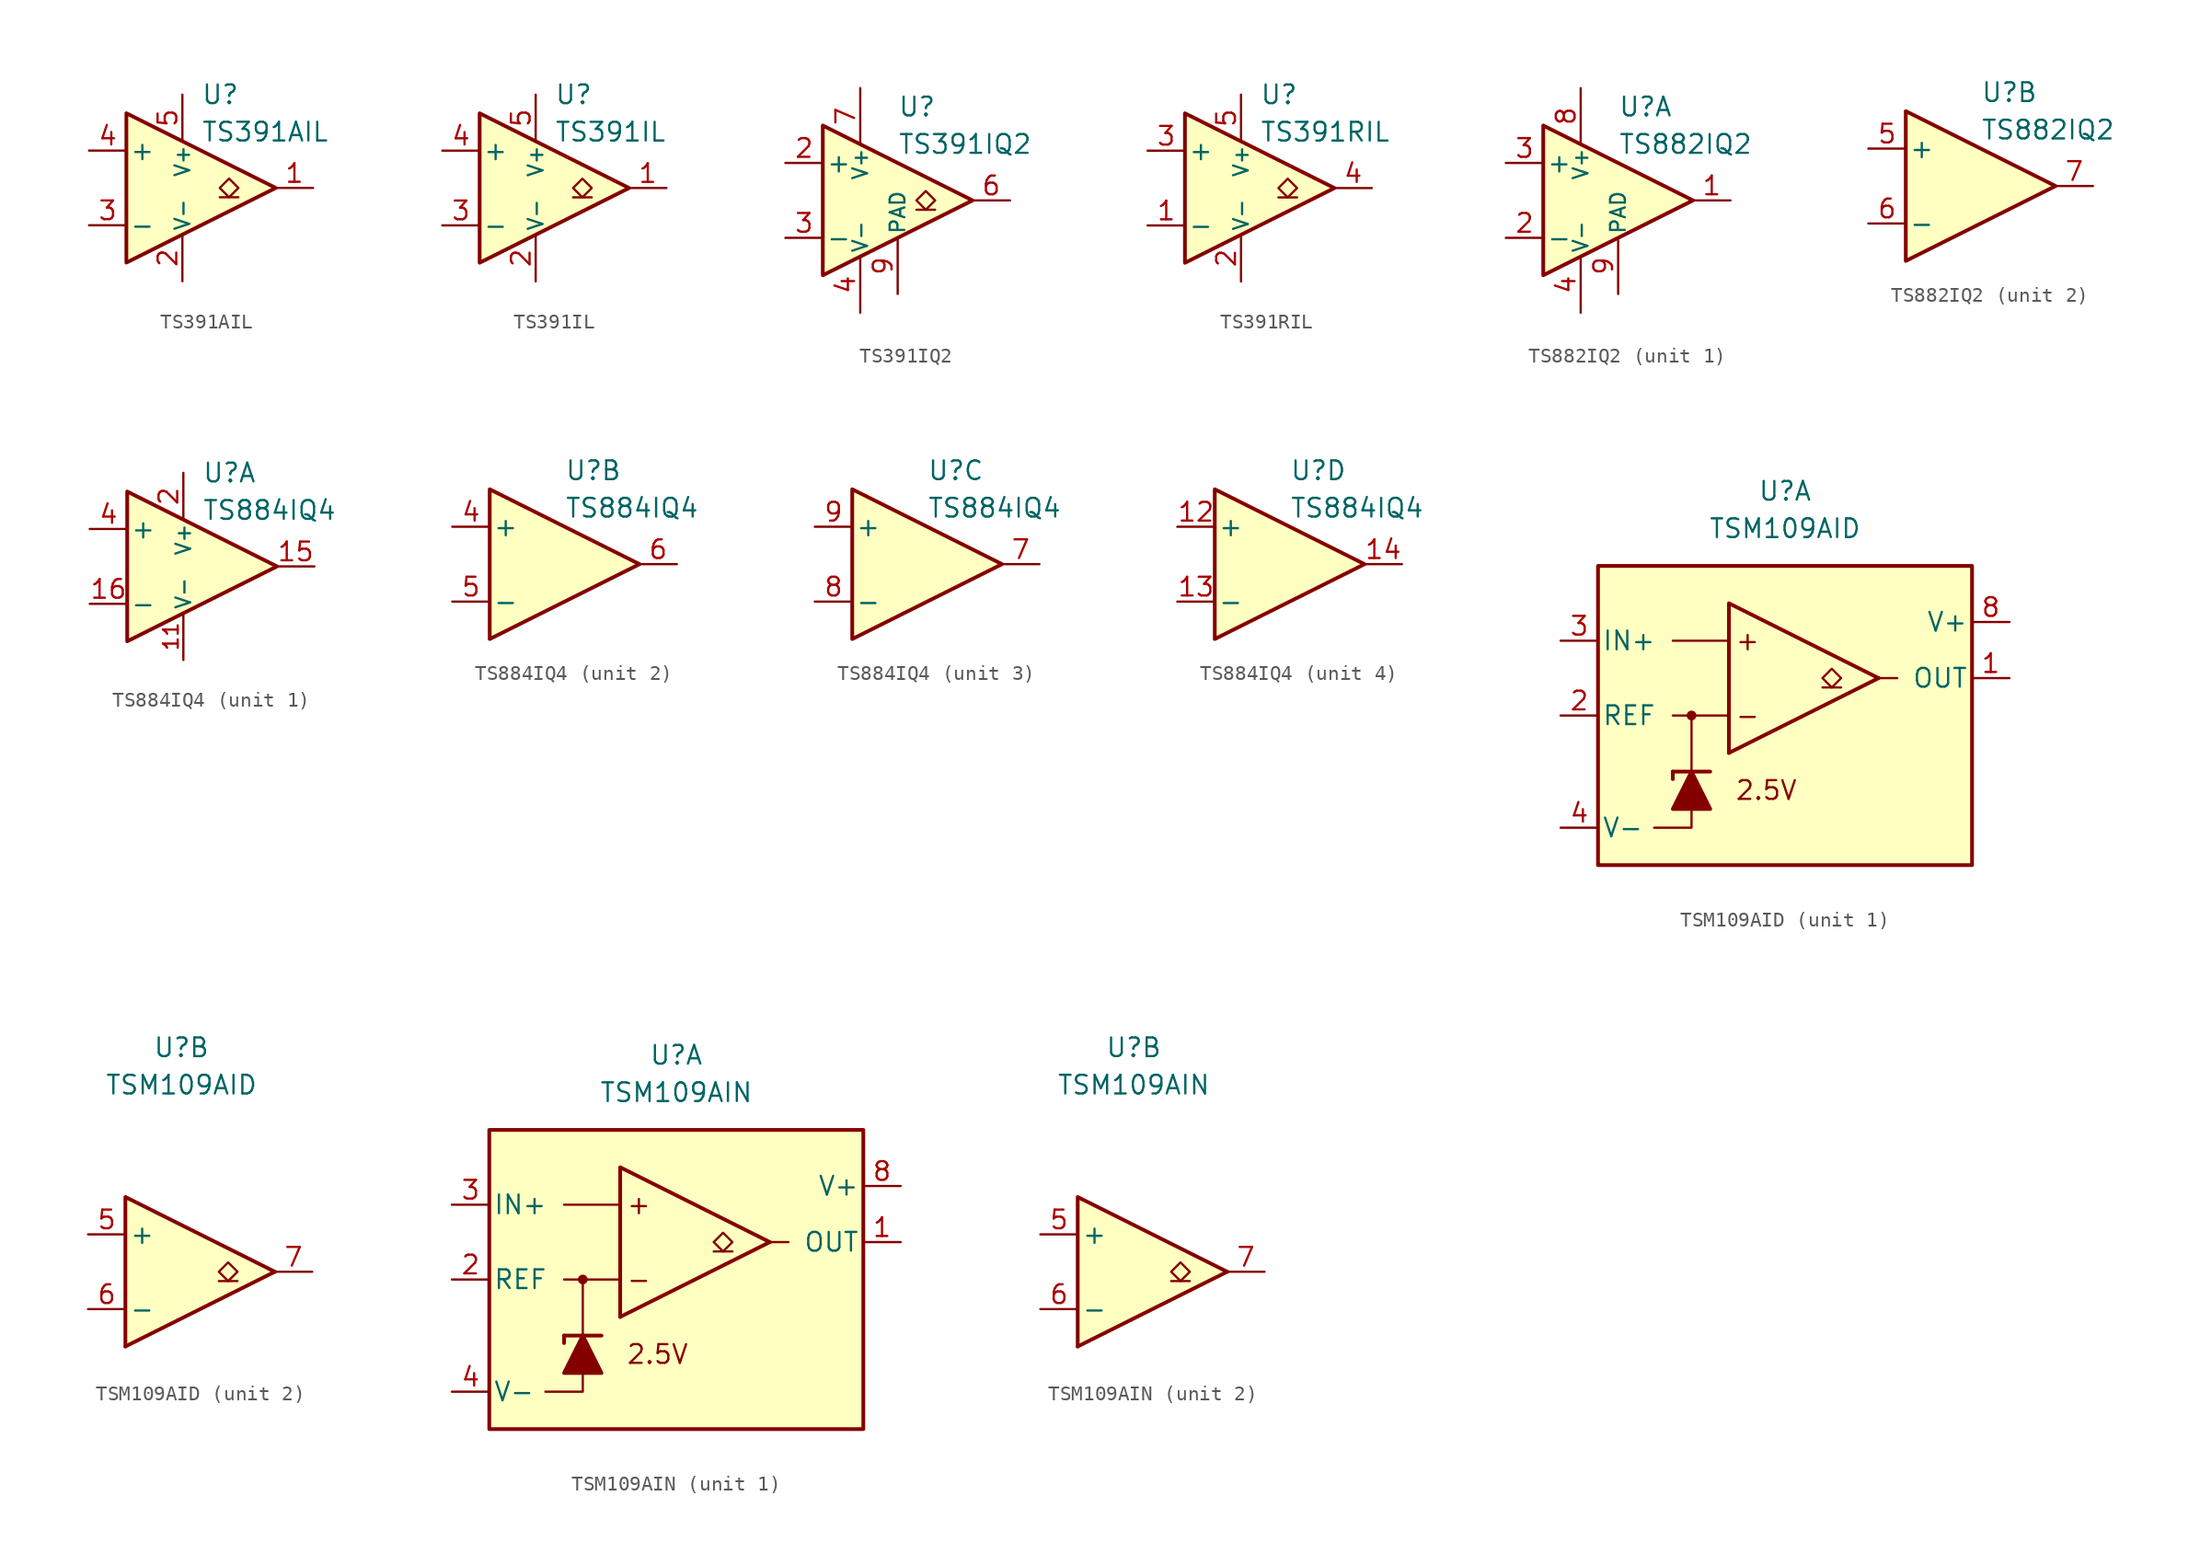
<source format=kicad_sym>
(kicad_symbol_lib
  (version 20231120)
  (generator "kicad_symbol_editor")
  (generator_version "8.0")
  (symbol "TS391AIL"
    (pin_names
      (offset 0.2))
    (property "Reference" "U"
      (at 1.27 6.35 0)
      (effects (font (size 1.27 1.27)) (justify left)))
    (property "Value" "TS391AIL"
      (at 1.27 3.81 0)
      (effects (font (size 1.27 1.27)) (justify left)))
    (symbol "TS391AIL_0_1"
      (polyline (pts (xy -3.81 5.08) (xy -3.81 -5.08) (xy 6.35 0) (xy -3.81 5.08)) (stroke (width 0.254) (type default)) (fill (type background))))
    (symbol "TS391AIL_1_1"
      (polyline (pts (xy 3.81 -0.635) (xy 2.54 -0.635)) (stroke (width 0.152) (type default)) (fill (type none)))
      (polyline (pts (xy 3.175 -0.635) (xy 2.54 0) (xy 3.175 0.635) (xy 3.81 0) (xy 3.175 -0.635)) (stroke (width 0.152) (type default)) (fill (type none)))
      (pin open_collector line (at 8.89 0 180) (length 2.54) (name "~" (effects (font (size 1.27 1.27)))) (number "1" (effects (font (size 1.27 1.27)))))
      (pin power_in line (at 0 -6.35 90) (length 3.18) (name "V-" (effects (font (size 1 1)))) (number "2" (effects (font (size 1.27 1.27)))))
      (pin input line (at -6.35 -2.54 0) (length 2.54) (name "-" (effects (font (size 1.27 1.27)))) (number "3" (effects (font (size 1.27 1.27)))))
      (pin input line (at -6.35 2.54 0) (length 2.54) (name "+" (effects (font (size 1.27 1.27)))) (number "4" (effects (font (size 1.27 1.27)))))
      (pin power_in line (at 0 6.35 270) (length 3.18) (name "V+" (effects (font (size 1 1)))) (number "5" (effects (font (size 1.27 1.27)))))))
  (symbol "TS391IL"
    (pin_names
      (offset 0.2))
    (property "Reference" "U"
      (at 1.27 6.35 0)
      (effects (font (size 1.27 1.27)) (justify left)))
    (property "Value" "TS391IL"
      (at 1.27 3.81 0)
      (effects (font (size 1.27 1.27)) (justify left)))
    (symbol "TS391IL_0_1"
      (polyline (pts (xy -3.81 5.08) (xy -3.81 -5.08) (xy 6.35 0) (xy -3.81 5.08)) (stroke (width 0.254) (type default)) (fill (type background))))
    (symbol "TS391IL_1_1"
      (polyline (pts (xy 3.81 -0.635) (xy 2.54 -0.635)) (stroke (width 0.152) (type default)) (fill (type none)))
      (polyline (pts (xy 3.175 -0.635) (xy 2.54 0) (xy 3.175 0.635) (xy 3.81 0) (xy 3.175 -0.635)) (stroke (width 0.152) (type default)) (fill (type none)))
      (pin open_collector line (at 8.89 0 180) (length 2.54) (name "~" (effects (font (size 1.27 1.27)))) (number "1" (effects (font (size 1.27 1.27)))))
      (pin power_in line (at 0 -6.35 90) (length 3.18) (name "V-" (effects (font (size 1 1)))) (number "2" (effects (font (size 1.27 1.27)))))
      (pin input line (at -6.35 -2.54 0) (length 2.54) (name "-" (effects (font (size 1.27 1.27)))) (number "3" (effects (font (size 1.27 1.27)))))
      (pin input line (at -6.35 2.54 0) (length 2.54) (name "+" (effects (font (size 1.27 1.27)))) (number "4" (effects (font (size 1.27 1.27)))))
      (pin power_in line (at 0 6.35 270) (length 3.18) (name "V+" (effects (font (size 1 1)))) (number "5" (effects (font (size 1.27 1.27)))))))
  (symbol "TS391IQ2"
    (pin_names
      (offset 0.2))
    (property "Reference" "U"
      (at 1.27 6.35 0)
      (effects (font (size 1.27 1.27)) (justify left)))
    (property "Value" "TS391IQ2"
      (at 1.27 3.81 0)
      (effects (font (size 1.27 1.27)) (justify left)))
    (symbol "TS391IQ2_0_1"
      (polyline (pts (xy -3.81 5.08) (xy -3.81 -5.08) (xy 6.35 0) (xy -3.81 5.08)) (stroke (width 0.254) (type default)) (fill (type background))))
    (symbol "TS391IQ2_1_1"
      (polyline (pts (xy 3.81 -0.635) (xy 2.54 -0.635)) (stroke (width 0.152) (type default)) (fill (type none)))
      (polyline (pts (xy 3.175 -0.635) (xy 2.54 0) (xy 3.175 0.635) (xy 3.81 0) (xy 3.175 -0.635)) (stroke (width 0.152) (type default)) (fill (type none)))
      (pin free line (at -2.54 1.27 0) (length 2.54) hide (name "NC" (effects (font (size 1.27 1.27)))) (number "1" (effects (font (size 1.27 1.27)))))
      (pin input line (at -6.35 2.54 0) (length 2.54) (name "+" (effects (font (size 1.27 1.27)))) (number "2" (effects (font (size 1.27 1.27)))))
      (pin input line (at -6.35 -2.54 0) (length 2.54) (name "-" (effects (font (size 1.27 1.27)))) (number "3" (effects (font (size 1.27 1.27)))))
      (pin power_in line (at -1.27 -7.62 90) (length 3.81) (name "V-" (effects (font (size 1 1)))) (number "4" (effects (font (size 1.27 1.27)))))
      (pin free line (at -2.54 -1.27 0) (length 2.54) hide (name "NC" (effects (font (size 1.27 1.27)))) (number "5" (effects (font (size 1.27 1.27)))))
      (pin open_collector line (at 8.89 0 180) (length 2.54) (name "~" (effects (font (size 1.27 1.27)))) (number "6" (effects (font (size 1.27 1.27)))))
      (pin power_in line (at -1.27 7.62 270) (length 3.81) (name "V+" (effects (font (size 1 1)))) (number "7" (effects (font (size 1.27 1.27)))))
      (pin free line (at -2.54 0 0) (length 2.54) hide (name "NC" (effects (font (size 1.27 1.27)))) (number "8" (effects (font (size 1.27 1.27)))))
      (pin power_in line (at 1.27 -6.35 90) (length 3.81) (name "PAD" (effects (font (size 1 1)))) (number "9" (effects (font (size 1.27 1.27)))))))
  (symbol "TS391RIL"
    (pin_names
      (offset 0.2))
    (property "Reference" "U"
      (at 1.27 6.35 0)
      (effects (font (size 1.27 1.27)) (justify left)))
    (property "Value" "TS391RIL"
      (at 1.27 3.81 0)
      (effects (font (size 1.27 1.27)) (justify left)))
    (symbol "TS391RIL_0_1"
      (polyline (pts (xy -3.81 5.08) (xy -3.81 -5.08) (xy 6.35 0) (xy -3.81 5.08)) (stroke (width 0.254) (type default)) (fill (type background))))
    (symbol "TS391RIL_1_1"
      (polyline (pts (xy 3.81 -0.635) (xy 2.54 -0.635)) (stroke (width 0.152) (type default)) (fill (type none)))
      (polyline (pts (xy 3.175 -0.635) (xy 2.54 0) (xy 3.175 0.635) (xy 3.81 0) (xy 3.175 -0.635)) (stroke (width 0.152) (type default)) (fill (type none)))
      (pin input line (at -6.35 -2.54 0) (length 2.54) (name "-" (effects (font (size 1.27 1.27)))) (number "1" (effects (font (size 1.27 1.27)))))
      (pin power_in line (at 0 -6.35 90) (length 3.18) (name "V-" (effects (font (size 1 1)))) (number "2" (effects (font (size 1.27 1.27)))))
      (pin input line (at -6.35 2.54 0) (length 2.54) (name "+" (effects (font (size 1.27 1.27)))) (number "3" (effects (font (size 1.27 1.27)))))
      (pin open_collector line (at 8.89 0 180) (length 2.54) (name "~" (effects (font (size 1.27 1.27)))) (number "4" (effects (font (size 1.27 1.27)))))
      (pin power_in line (at 0 6.35 270) (length 3.18) (name "V+" (effects (font (size 1 1)))) (number "5" (effects (font (size 1.27 1.27)))))))
  (symbol "TS882IQ2"
    (pin_names
      (offset 0.2))
    (property "Reference" "U"
      (at 1.27 6.35 0)
      (effects (font (size 1.27 1.27)) (justify left)))
    (property "Value" "TS882IQ2"
      (at 1.27 3.81 0)
      (effects (font (size 1.27 1.27)) (justify left)))
    (property "ki_locked" ""
      (at 0 0 0)
      (effects (font (size 1.27 1.27))))
    (symbol "TS882IQ2_0_1"
      (polyline (pts (xy -3.81 5.08) (xy -3.81 -5.08) (xy 6.35 0) (xy -3.81 5.08)) (stroke (width 0.254) (type default)) (fill (type background))))
    (symbol "TS882IQ2_1_1"
      (pin output line (at 8.89 0 180) (length 2.54) (name "~" (effects (font (size 1.27 1.27)))) (number "1" (effects (font (size 1.27 1.27)))))
      (pin input line (at -6.35 -2.54 0) (length 2.54) (name "-" (effects (font (size 1.27 1.27)))) (number "2" (effects (font (size 1.27 1.27)))))
      (pin input line (at -6.35 2.54 0) (length 2.54) (name "+" (effects (font (size 1.27 1.27)))) (number "3" (effects (font (size 1.27 1.27)))))
      (pin power_in line (at -1.27 -7.62 90) (length 3.81) (name "V-" (effects (font (size 1 1)))) (number "4" (effects (font (size 1.27 1.27)))))
      (pin power_in line (at -1.27 7.62 270) (length 3.81) (name "V+" (effects (font (size 1 1)))) (number "8" (effects (font (size 1.27 1.27)))))
      (pin power_in line (at 1.27 -6.35 90) (length 3.81) (name "PAD" (effects (font (size 1 1)))) (number "9" (effects (font (size 1.27 1.27))))))
    (symbol "TS882IQ2_2_1"
      (pin input line (at -6.35 2.54 0) (length 2.54) (name "+" (effects (font (size 1.27 1.27)))) (number "5" (effects (font (size 1.27 1.27)))))
      (pin input line (at -6.35 -2.54 0) (length 2.54) (name "-" (effects (font (size 1.27 1.27)))) (number "6" (effects (font (size 1.27 1.27)))))
      (pin output line (at 8.89 0 180) (length 2.54) (name "~" (effects (font (size 1.27 1.27)))) (number "7" (effects (font (size 1.27 1.27)))))))
  (symbol "TS884IQ4"
    (pin_names
      (offset 0.2))
    (property "Reference" "U"
      (at 1.27 6.35 0)
      (effects (font (size 1.27 1.27)) (justify left)))
    (property "Value" "TS884IQ4"
      (at 1.27 3.81 0)
      (effects (font (size 1.27 1.27)) (justify left)))
    (property "ki_locked" ""
      (at 0 0 0)
      (effects (font (size 1.27 1.27))))
    (symbol "TS884IQ4_0_1"
      (polyline (pts (xy -3.81 5.08) (xy -3.81 -5.08) (xy 6.35 0) (xy -3.81 5.08)) (stroke (width 0.254) (type default)) (fill (type background))))
    (symbol "TS884IQ4_1_1"
      (pin no_connect line (at -1.27 -1.27 0) (length 2.54) hide (name "NC" (effects (font (size 1.27 1.27)))) (number "10" (effects (font (size 1.27 1.27)))))
      (pin power_in line (at 0 -6.35 90) (length 3.18) (name "V-" (effects (font (size 1 1)))) (number "11" (effects (font (size 1 1)))))
      (pin output line (at 8.89 0 180) (length 2.54) (name "~" (effects (font (size 1.27 1.27)))) (number "15" (effects (font (size 1.27 1.27)))))
      (pin input line (at -6.35 -2.54 0) (length 2.54) (name "-" (effects (font (size 1.27 1.27)))) (number "16" (effects (font (size 1.27 1.27)))))
      (pin power_in line (at 0 6.35 270) (length 3.18) (name "V+" (effects (font (size 1 1)))) (number "2" (effects (font (size 1.27 1.27)))))
      (pin no_connect line (at -1.27 1.27 0) (length 2.54) hide (name "NC" (effects (font (size 1.27 1.27)))) (number "3" (effects (font (size 1.27 1.27)))))
      (pin input line (at -6.35 2.54 0) (length 2.54) (name "+" (effects (font (size 1.27 1.27)))) (number "4" (effects (font (size 1.27 1.27))))))
    (symbol "TS884IQ4_2_1"
      (pin input line (at -6.35 2.54 0) (length 2.54) (name "+" (effects (font (size 1.27 1.27)))) (number "4" (effects (font (size 1.27 1.27)))))
      (pin input line (at -6.35 -2.54 0) (length 2.54) (name "-" (effects (font (size 1.27 1.27)))) (number "5" (effects (font (size 1.27 1.27)))))
      (pin output line (at 8.89 0 180) (length 2.54) (name "~" (effects (font (size 1.27 1.27)))) (number "6" (effects (font (size 1.27 1.27))))))
    (symbol "TS884IQ4_3_1"
      (pin output line (at 8.89 0 180) (length 2.54) (name "~" (effects (font (size 1.27 1.27)))) (number "7" (effects (font (size 1.27 1.27)))))
      (pin input line (at -6.35 -2.54 0) (length 2.54) (name "-" (effects (font (size 1.27 1.27)))) (number "8" (effects (font (size 1.27 1.27)))))
      (pin input line (at -6.35 2.54 0) (length 2.54) (name "+" (effects (font (size 1.27 1.27)))) (number "9" (effects (font (size 1.27 1.27))))))
    (symbol "TS884IQ4_4_1"
      (pin input line (at -6.35 2.54 0) (length 2.54) (name "+" (effects (font (size 1.27 1.27)))) (number "12" (effects (font (size 1.27 1.27)))))
      (pin input line (at -6.35 -2.54 0) (length 2.54) (name "-" (effects (font (size 1.27 1.27)))) (number "13" (effects (font (size 1.27 1.27)))))
      (pin output line (at 8.89 0 180) (length 2.54) (name "~" (effects (font (size 1.27 1.27)))) (number "14" (effects (font (size 1.27 1.27)))))))
  (symbol "TSM109AID"
    (pin_names
      (offset 0.254))
    (property "Reference" "U"
      (at 0 15.24 0)
      (effects (font (size 1.27 1.27))))
    (property "Value" "TSM109AID"
      (at 0 12.7 0)
      (effects (font (size 1.27 1.27))))
    (property "ki_locked" ""
      (at 0 0 0)
      (effects (font (size 1.27 1.27))))
    (symbol "TSM109AID_1_0"
      (circle (center -6.35 0) (radius 0.254) (stroke (width 0.152) (type default)) (fill (type outline)))
      (polyline (pts (xy 6.35 2.54) (xy -3.81 -2.54)) (stroke (width 0.254) (type default)) (fill (type none)))
      (polyline (pts (xy 6.35 2.54) (xy -3.81 7.62) (xy -3.81 -2.54)) (stroke (width 0.254) (type default)) (fill (type background))))
    (symbol "TSM109AID_1_1"
      (rectangle (start -12.7 10.16) (end 12.7 -10.16) (stroke (width 0.254) (type default)) (fill (type background)))
      (polyline (pts (xy -7.62 -3.81) (xy -7.62 -4.318)) (stroke (width 0.254) (type default)) (fill (type none)))
      (polyline (pts (xy -7.62 -3.81) (xy -5.08 -3.81)) (stroke (width 0.254) (type default)) (fill (type none)))
      (polyline (pts (xy -6.35 -3.81) (xy -6.35 0)) (stroke (width 0.152) (type default)) (fill (type none)))
      (polyline (pts (xy -3.81 0) (xy -7.62 0)) (stroke (width 0) (type default)) (fill (type none)))
      (polyline (pts (xy -3.81 5.08) (xy -7.62 5.08)) (stroke (width 0) (type default)) (fill (type none)))
      (polyline (pts (xy 3.81 1.905) (xy 2.54 1.905)) (stroke (width 0.152) (type default)) (fill (type none)))
      (polyline (pts (xy 6.35 2.54) (xy 7.62 2.54)) (stroke (width 0) (type default)) (fill (type none)))
      (polyline (pts (xy -6.35 -6.35) (xy -6.35 -7.62) (xy -8.89 -7.62)) (stroke (width 0) (type default)) (fill (type none)))
      (polyline (pts (xy -5.08 -6.35) (xy -7.62 -6.35) (xy -6.35 -3.81) (xy -5.08 -6.35)) (stroke (width 0.254) (type default)) (fill (type outline)))
      (polyline (pts (xy 3.175 1.905) (xy 2.54 2.54) (xy 3.175 3.175) (xy 3.81 2.54) (xy 3.175 1.905)) (stroke (width 0.152) (type default)) (fill (type none)))
      (text "+" (at -2.54 5.08 0) (effects (font (size 1.27 1.27))))
      (text "-" (at -2.54 0 0) (effects (font (size 1.27 1.27))))
      (text "2.5V" (at -1.27 -5.08 0) (effects (font (size 1.27 1.27))))
      (pin output line (at 15.24 2.54 180) (length 2.54) (name "OUT" (effects (font (size 1.27 1.27)))) (number "1" (effects (font (size 1.27 1.27)))))
      (pin output line (at -15.24 0 0) (length 2.54) (name "REF" (effects (font (size 1.27 1.27)))) (number "2" (effects (font (size 1.27 1.27)))))
      (pin input line (at -15.24 5.08 0) (length 2.54) (name "IN+" (effects (font (size 1.27 1.27)))) (number "3" (effects (font (size 1.27 1.27)))))
      (pin power_in line (at -15.24 -7.62 0) (length 2.54) (name "V-" (effects (font (size 1.27 1.27)))) (number "4" (effects (font (size 1.27 1.27)))))
      (pin power_in line (at 15.24 6.35 180) (length 2.54) (name "V+" (effects (font (size 1.27 1.27)))) (number "8" (effects (font (size 1.27 1.27))))))
    (symbol "TSM109AID_2_0"
      (polyline (pts (xy 6.35 0) (xy -3.81 -5.08)) (stroke (width 0.254) (type default)) (fill (type none)))
      (polyline (pts (xy 6.35 0) (xy -3.81 5.08) (xy -3.81 -5.08)) (stroke (width 0.254) (type default)) (fill (type background))))
    (symbol "TSM109AID_2_1"
      (polyline (pts (xy 3.81 -0.635) (xy 2.54 -0.635)) (stroke (width 0.152) (type default)) (fill (type none)))
      (polyline (pts (xy 3.175 -0.635) (xy 2.54 0) (xy 3.175 0.635) (xy 3.81 0) (xy 3.175 -0.635)) (stroke (width 0.152) (type default)) (fill (type none)))
      (pin input line (at -6.35 2.54 0) (length 2.54) (name "+" (effects (font (size 1.27 1.27)))) (number "5" (effects (font (size 1.27 1.27)))))
      (pin input line (at -6.35 -2.54 0) (length 2.54) (name "-" (effects (font (size 1.27 1.27)))) (number "6" (effects (font (size 1.27 1.27)))))
      (pin output line (at 8.89 0 180) (length 2.54) (name "~" (effects (font (size 1.27 1.27)))) (number "7" (effects (font (size 1.27 1.27)))))))
  (symbol "TSM109AIN"
    (pin_names
      (offset 0.254))
    (property "Reference" "U"
      (at 0 15.24 0)
      (effects (font (size 1.27 1.27))))
    (property "Value" "TSM109AIN"
      (at 0 12.7 0)
      (effects (font (size 1.27 1.27))))
    (property "ki_locked" ""
      (at 0 0 0)
      (effects (font (size 1.27 1.27))))
    (symbol "TSM109AIN_1_0"
      (circle (center -6.35 0) (radius 0.254) (stroke (width 0.152) (type default)) (fill (type outline)))
      (polyline (pts (xy 6.35 2.54) (xy -3.81 -2.54)) (stroke (width 0.254) (type default)) (fill (type none)))
      (polyline (pts (xy 6.35 2.54) (xy -3.81 7.62) (xy -3.81 -2.54)) (stroke (width 0.254) (type default)) (fill (type background))))
    (symbol "TSM109AIN_1_1"
      (rectangle (start -12.7 10.16) (end 12.7 -10.16) (stroke (width 0.254) (type default)) (fill (type background)))
      (polyline (pts (xy -7.62 -3.81) (xy -7.62 -4.318)) (stroke (width 0.254) (type default)) (fill (type none)))
      (polyline (pts (xy -7.62 -3.81) (xy -5.08 -3.81)) (stroke (width 0.254) (type default)) (fill (type none)))
      (polyline (pts (xy -6.35 -3.81) (xy -6.35 0)) (stroke (width 0.152) (type default)) (fill (type none)))
      (polyline (pts (xy -3.81 0) (xy -7.62 0)) (stroke (width 0) (type default)) (fill (type none)))
      (polyline (pts (xy -3.81 5.08) (xy -7.62 5.08)) (stroke (width 0) (type default)) (fill (type none)))
      (polyline (pts (xy 3.81 1.905) (xy 2.54 1.905)) (stroke (width 0.152) (type default)) (fill (type none)))
      (polyline (pts (xy 6.35 2.54) (xy 7.62 2.54)) (stroke (width 0) (type default)) (fill (type none)))
      (polyline (pts (xy -6.35 -6.35) (xy -6.35 -7.62) (xy -8.89 -7.62)) (stroke (width 0) (type default)) (fill (type none)))
      (polyline (pts (xy -5.08 -6.35) (xy -7.62 -6.35) (xy -6.35 -3.81) (xy -5.08 -6.35)) (stroke (width 0.254) (type default)) (fill (type outline)))
      (polyline (pts (xy 3.175 1.905) (xy 2.54 2.54) (xy 3.175 3.175) (xy 3.81 2.54) (xy 3.175 1.905)) (stroke (width 0.152) (type default)) (fill (type none)))
      (text "+" (at -2.54 5.08 0) (effects (font (size 1.27 1.27))))
      (text "-" (at -2.54 0 0) (effects (font (size 1.27 1.27))))
      (text "2.5V" (at -1.27 -5.08 0) (effects (font (size 1.27 1.27))))
      (pin output line (at 15.24 2.54 180) (length 2.54) (name "OUT" (effects (font (size 1.27 1.27)))) (number "1" (effects (font (size 1.27 1.27)))))
      (pin output line (at -15.24 0 0) (length 2.54) (name "REF" (effects (font (size 1.27 1.27)))) (number "2" (effects (font (size 1.27 1.27)))))
      (pin input line (at -15.24 5.08 0) (length 2.54) (name "IN+" (effects (font (size 1.27 1.27)))) (number "3" (effects (font (size 1.27 1.27)))))
      (pin power_in line (at -15.24 -7.62 0) (length 2.54) (name "V-" (effects (font (size 1.27 1.27)))) (number "4" (effects (font (size 1.27 1.27)))))
      (pin power_in line (at 15.24 6.35 180) (length 2.54) (name "V+" (effects (font (size 1.27 1.27)))) (number "8" (effects (font (size 1.27 1.27))))))
    (symbol "TSM109AIN_2_0"
      (polyline (pts (xy 6.35 0) (xy -3.81 -5.08)) (stroke (width 0.254) (type default)) (fill (type none)))
      (polyline (pts (xy 6.35 0) (xy -3.81 5.08) (xy -3.81 -5.08)) (stroke (width 0.254) (type default)) (fill (type background))))
    (symbol "TSM109AIN_2_1"
      (polyline (pts (xy 3.81 -0.635) (xy 2.54 -0.635)) (stroke (width 0.152) (type default)) (fill (type none)))
      (polyline (pts (xy 3.175 -0.635) (xy 2.54 0) (xy 3.175 0.635) (xy 3.81 0) (xy 3.175 -0.635)) (stroke (width 0.152) (type default)) (fill (type none)))
      (pin input line (at -6.35 2.54 0) (length 2.54) (name "+" (effects (font (size 1.27 1.27)))) (number "5" (effects (font (size 1.27 1.27)))))
      (pin input line (at -6.35 -2.54 0) (length 2.54) (name "-" (effects (font (size 1.27 1.27)))) (number "6" (effects (font (size 1.27 1.27)))))
      (pin output line (at 8.89 0 180) (length 2.54) (name "~" (effects (font (size 1.27 1.27)))) (number "7" (effects (font (size 1.27 1.27))))))))
</source>
